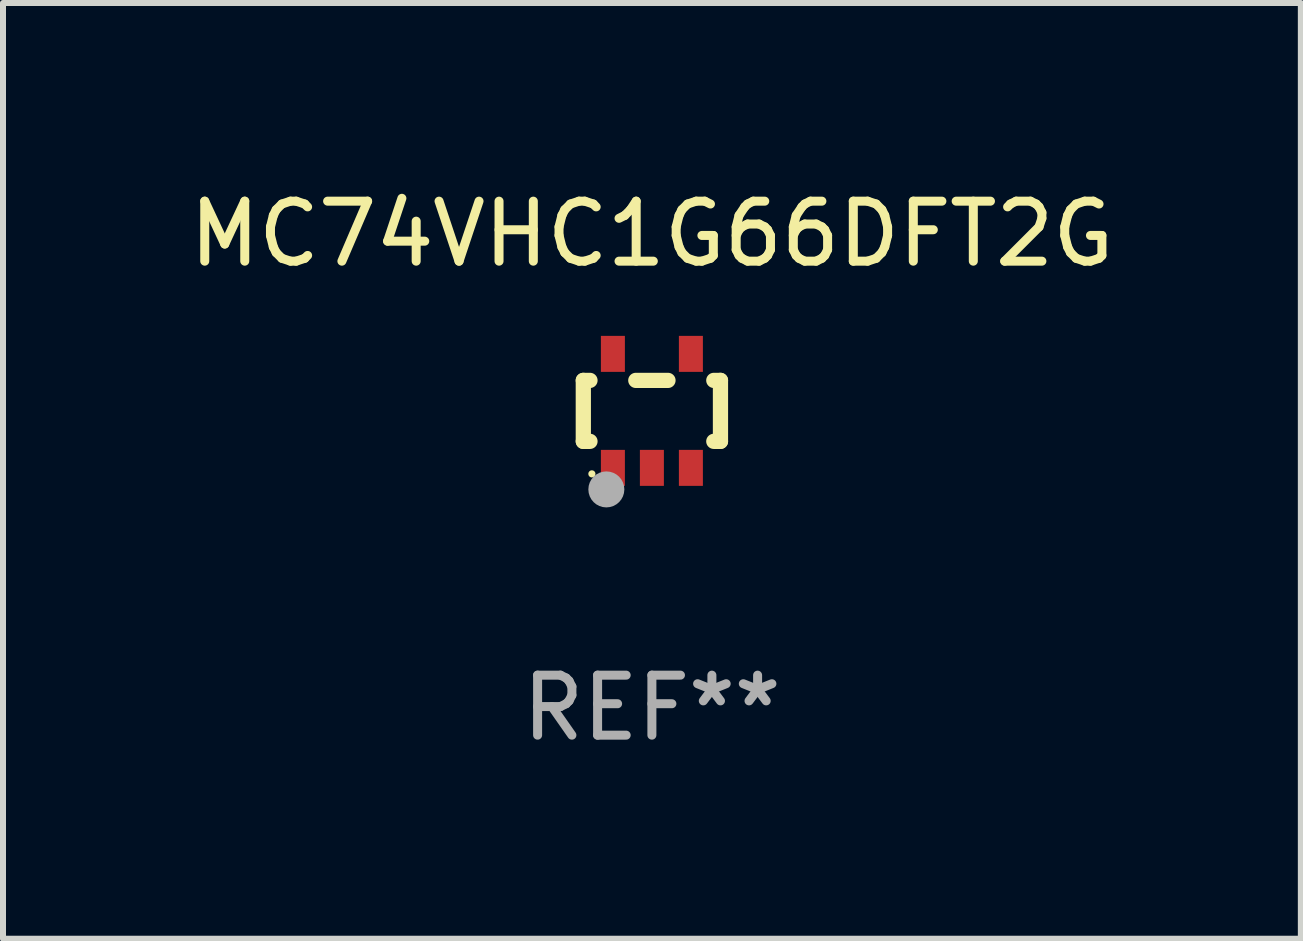
<source format=kicad_pcb>
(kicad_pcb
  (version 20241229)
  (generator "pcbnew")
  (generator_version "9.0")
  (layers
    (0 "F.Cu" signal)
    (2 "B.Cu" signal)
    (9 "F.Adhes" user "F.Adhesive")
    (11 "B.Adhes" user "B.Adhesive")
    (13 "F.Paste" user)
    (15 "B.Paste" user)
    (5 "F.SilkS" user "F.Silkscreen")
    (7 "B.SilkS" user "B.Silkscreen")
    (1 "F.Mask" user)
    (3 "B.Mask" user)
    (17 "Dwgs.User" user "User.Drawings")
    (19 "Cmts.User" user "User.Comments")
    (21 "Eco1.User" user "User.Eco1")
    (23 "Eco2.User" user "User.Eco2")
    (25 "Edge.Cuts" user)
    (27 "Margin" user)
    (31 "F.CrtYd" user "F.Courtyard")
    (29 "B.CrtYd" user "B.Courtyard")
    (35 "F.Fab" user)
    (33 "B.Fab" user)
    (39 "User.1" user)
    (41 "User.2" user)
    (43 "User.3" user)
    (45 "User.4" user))
  (footprint "MC74VHC1G66DFT2G"
    (layer "F.Cu")
    (at 7.815 3.798)
    (property "Reference" "MC74VHC1G66DFT2G" (at 0 -2.95 0) (layer "F.SilkS") (effects (font (size 1 1) (thickness 0.15))))
    (attr through_hole)
    (fp_line (start -1.143 -0.508) (end -1.032 -0.508) (stroke (width 0.254) (type solid)) (layer "F.SilkS"))
    (fp_line (start -1.143 0.508) (end -1.143 -0.508) (stroke (width 0.254) (type solid)) (layer "F.SilkS"))
    (fp_line (start -1.032 0.508) (end -1.143 0.508) (stroke (width 0.254) (type solid)) (layer "F.SilkS"))
    (fp_line (start -0.268 -0.508) (end 0.268 -0.508) (stroke (width 0.254) (type solid)) (layer "F.SilkS"))
    (fp_line (start 1.032 -0.508) (end 1.143 -0.508) (stroke (width 0.254) (type solid)) (layer "F.SilkS"))
    (fp_line (start 1.143 -0.508) (end 1.143 0.508) (stroke (width 0.254) (type solid)) (layer "F.SilkS"))
    (fp_line (start 1.143 0.508) (end 1.032 0.508) (stroke (width 0.254) (type solid)) (layer "F.SilkS"))
    (fp_circle (center -1 1.05) (end -0.97 1.05) (stroke (width 0.06) (type solid)) (fill no) (layer "F.SilkS"))
    (fp_circle (center -0.759 1.309) (end -0.609 1.309) (stroke (width 0.3) (type solid)) (fill no) (layer "F.Fab"))
    (fp_text user "REF**" (at 0 4.95 0) (layer "F.Fab") (effects (font (size 1 1) (thickness 0.15))))
    (pad "1" smd rect (at -0.65 0.95 180) (size 0.4 0.6) (layers "F.Cu" "F.Mask" "F.Paste"))
    (pad "2" smd rect (at 0 0.95 180) (size 0.4 0.6) (layers "F.Cu" "F.Mask" "F.Paste"))
    (pad "3" smd rect (at 0.65 0.95 180) (size 0.4 0.6) (layers "F.Cu" "F.Mask" "F.Paste"))
    (pad "4" smd rect (at 0.65 -0.95 180) (size 0.4 0.6) (layers "F.Cu" "F.Mask" "F.Paste"))
    (pad "5" smd rect (at -0.65 -0.95 180) (size 0.4 0.6) (layers "F.Cu" "F.Mask" "F.Paste")))
  (gr_rect
    (start -3 -3)
    (end 18.631 12.596)
    (stroke (width 0.1) (type default))
    (fill no)
    (layer "Edge.Cuts")))
</source>
